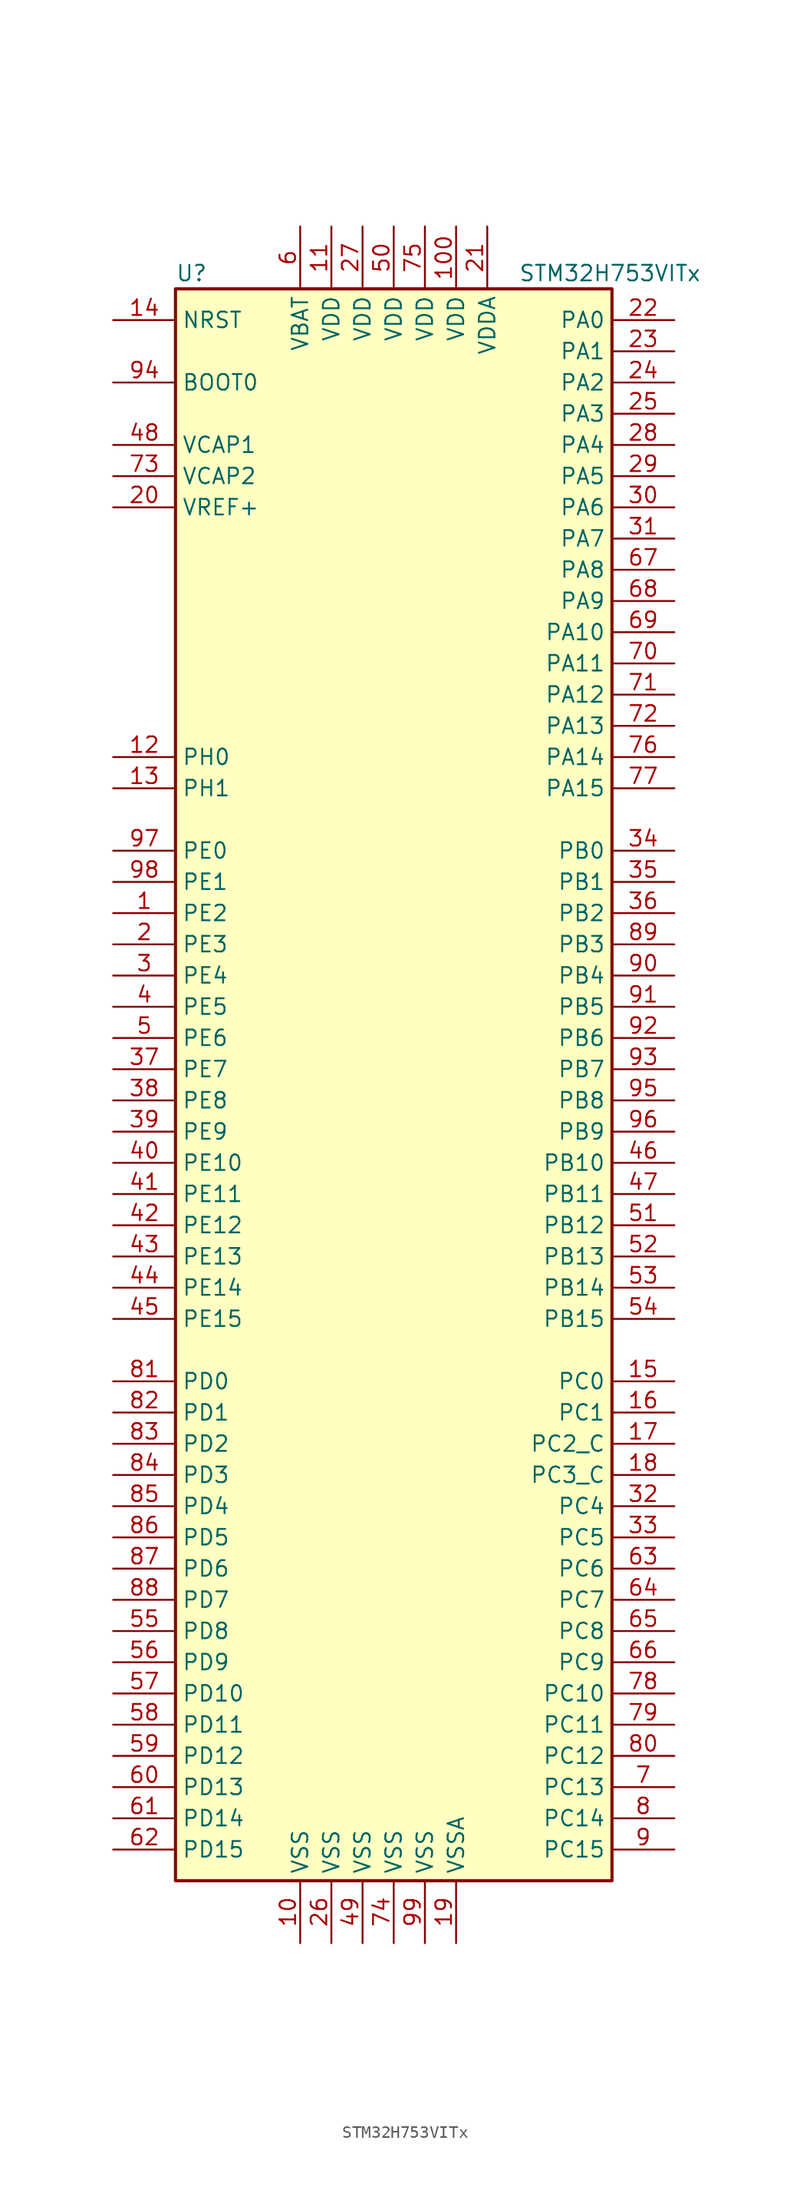
<source format=kicad_sym>
(kicad_symbol_lib
  (version 20201005)
  (generator kicad_symbol_editor)
  (symbol "STM32H753VITx"
    (property "Reference" "U"
      (at -17.78 64.77 0)
      (effects (font (size 1.27 1.27)) (justify left)))
    (property "Value" "STM32H753VITx"
      (at 10.16 64.77 0)
      (effects (font (size 1.27 1.27)) (justify left)))
    (symbol "STM32H753VITx_0_1"
      (rectangle (start -17.78 -66.04) (end 17.78 63.5) (stroke (width 0.254)) (fill (type background))))
    (symbol "STM32H753VITx_1_1"
      (pin input line (at -22.86 55.88 0) (length 5.08) (name "BOOT0" (effects (font (size 1.27 1.27)))) (number "94" (effects (font (size 1.27 1.27)))))
      (pin input line (at -22.86 60.96 0) (length 5.08) (name "NRST" (effects (font (size 1.27 1.27)))) (number "14" (effects (font (size 1.27 1.27)))))
      (pin bidirectional line (at 22.86 60.96 180) (length 5.08) (name "PA0" (effects (font (size 1.27 1.27)))) (number "22" (effects (font (size 1.27 1.27)))))
      (pin bidirectional line (at 22.86 58.42 180) (length 5.08) (name "PA1" (effects (font (size 1.27 1.27)))) (number "23" (effects (font (size 1.27 1.27)))))
      (pin bidirectional line (at 22.86 35.56 180) (length 5.08) (name "PA10" (effects (font (size 1.27 1.27)))) (number "69" (effects (font (size 1.27 1.27)))))
      (pin bidirectional line (at 22.86 33.02 180) (length 5.08) (name "PA11" (effects (font (size 1.27 1.27)))) (number "70" (effects (font (size 1.27 1.27)))))
      (pin bidirectional line (at 22.86 30.48 180) (length 5.08) (name "PA12" (effects (font (size 1.27 1.27)))) (number "71" (effects (font (size 1.27 1.27)))))
      (pin bidirectional line (at 22.86 27.94 180) (length 5.08) (name "PA13" (effects (font (size 1.27 1.27)))) (number "72" (effects (font (size 1.27 1.27)))))
      (pin bidirectional line (at 22.86 25.4 180) (length 5.08) (name "PA14" (effects (font (size 1.27 1.27)))) (number "76" (effects (font (size 1.27 1.27)))))
      (pin bidirectional line (at 22.86 22.86 180) (length 5.08) (name "PA15" (effects (font (size 1.27 1.27)))) (number "77" (effects (font (size 1.27 1.27)))))
      (pin bidirectional line (at 22.86 55.88 180) (length 5.08) (name "PA2" (effects (font (size 1.27 1.27)))) (number "24" (effects (font (size 1.27 1.27)))))
      (pin bidirectional line (at 22.86 53.34 180) (length 5.08) (name "PA3" (effects (font (size 1.27 1.27)))) (number "25" (effects (font (size 1.27 1.27)))))
      (pin bidirectional line (at 22.86 50.8 180) (length 5.08) (name "PA4" (effects (font (size 1.27 1.27)))) (number "28" (effects (font (size 1.27 1.27)))))
      (pin bidirectional line (at 22.86 48.26 180) (length 5.08) (name "PA5" (effects (font (size 1.27 1.27)))) (number "29" (effects (font (size 1.27 1.27)))))
      (pin bidirectional line (at 22.86 45.72 180) (length 5.08) (name "PA6" (effects (font (size 1.27 1.27)))) (number "30" (effects (font (size 1.27 1.27)))))
      (pin bidirectional line (at 22.86 43.18 180) (length 5.08) (name "PA7" (effects (font (size 1.27 1.27)))) (number "31" (effects (font (size 1.27 1.27)))))
      (pin bidirectional line (at 22.86 40.64 180) (length 5.08) (name "PA8" (effects (font (size 1.27 1.27)))) (number "67" (effects (font (size 1.27 1.27)))))
      (pin bidirectional line (at 22.86 38.1 180) (length 5.08) (name "PA9" (effects (font (size 1.27 1.27)))) (number "68" (effects (font (size 1.27 1.27)))))
      (pin bidirectional line (at 22.86 17.78 180) (length 5.08) (name "PB0" (effects (font (size 1.27 1.27)))) (number "34" (effects (font (size 1.27 1.27)))))
      (pin bidirectional line (at 22.86 15.24 180) (length 5.08) (name "PB1" (effects (font (size 1.27 1.27)))) (number "35" (effects (font (size 1.27 1.27)))))
      (pin bidirectional line (at 22.86 -7.62 180) (length 5.08) (name "PB10" (effects (font (size 1.27 1.27)))) (number "46" (effects (font (size 1.27 1.27)))))
      (pin bidirectional line (at 22.86 -10.16 180) (length 5.08) (name "PB11" (effects (font (size 1.27 1.27)))) (number "47" (effects (font (size 1.27 1.27)))))
      (pin bidirectional line (at 22.86 -12.7 180) (length 5.08) (name "PB12" (effects (font (size 1.27 1.27)))) (number "51" (effects (font (size 1.27 1.27)))))
      (pin bidirectional line (at 22.86 -15.24 180) (length 5.08) (name "PB13" (effects (font (size 1.27 1.27)))) (number "52" (effects (font (size 1.27 1.27)))))
      (pin bidirectional line (at 22.86 -17.78 180) (length 5.08) (name "PB14" (effects (font (size 1.27 1.27)))) (number "53" (effects (font (size 1.27 1.27)))))
      (pin bidirectional line (at 22.86 -20.32 180) (length 5.08) (name "PB15" (effects (font (size 1.27 1.27)))) (number "54" (effects (font (size 1.27 1.27)))))
      (pin bidirectional line (at 22.86 12.7 180) (length 5.08) (name "PB2" (effects (font (size 1.27 1.27)))) (number "36" (effects (font (size 1.27 1.27)))))
      (pin bidirectional line (at 22.86 10.16 180) (length 5.08) (name "PB3" (effects (font (size 1.27 1.27)))) (number "89" (effects (font (size 1.27 1.27)))))
      (pin bidirectional line (at 22.86 7.62 180) (length 5.08) (name "PB4" (effects (font (size 1.27 1.27)))) (number "90" (effects (font (size 1.27 1.27)))))
      (pin bidirectional line (at 22.86 5.08 180) (length 5.08) (name "PB5" (effects (font (size 1.27 1.27)))) (number "91" (effects (font (size 1.27 1.27)))))
      (pin bidirectional line (at 22.86 2.54 180) (length 5.08) (name "PB6" (effects (font (size 1.27 1.27)))) (number "92" (effects (font (size 1.27 1.27)))))
      (pin bidirectional line (at 22.86 0 180) (length 5.08) (name "PB7" (effects (font (size 1.27 1.27)))) (number "93" (effects (font (size 1.27 1.27)))))
      (pin bidirectional line (at 22.86 -2.54 180) (length 5.08) (name "PB8" (effects (font (size 1.27 1.27)))) (number "95" (effects (font (size 1.27 1.27)))))
      (pin bidirectional line (at 22.86 -5.08 180) (length 5.08) (name "PB9" (effects (font (size 1.27 1.27)))) (number "96" (effects (font (size 1.27 1.27)))))
      (pin bidirectional line (at 22.86 -25.4 180) (length 5.08) (name "PC0" (effects (font (size 1.27 1.27)))) (number "15" (effects (font (size 1.27 1.27)))))
      (pin bidirectional line (at 22.86 -27.94 180) (length 5.08) (name "PC1" (effects (font (size 1.27 1.27)))) (number "16" (effects (font (size 1.27 1.27)))))
      (pin bidirectional line (at 22.86 -50.8 180) (length 5.08) (name "PC10" (effects (font (size 1.27 1.27)))) (number "78" (effects (font (size 1.27 1.27)))))
      (pin bidirectional line (at 22.86 -53.34 180) (length 5.08) (name "PC11" (effects (font (size 1.27 1.27)))) (number "79" (effects (font (size 1.27 1.27)))))
      (pin bidirectional line (at 22.86 -55.88 180) (length 5.08) (name "PC12" (effects (font (size 1.27 1.27)))) (number "80" (effects (font (size 1.27 1.27)))))
      (pin bidirectional line (at 22.86 -58.42 180) (length 5.08) (name "PC13" (effects (font (size 1.27 1.27)))) (number "7" (effects (font (size 1.27 1.27)))))
      (pin bidirectional line (at 22.86 -60.96 180) (length 5.08) (name "PC14" (effects (font (size 1.27 1.27)))) (number "8" (effects (font (size 1.27 1.27)))))
      (pin bidirectional line (at 22.86 -63.5 180) (length 5.08) (name "PC15" (effects (font (size 1.27 1.27)))) (number "9" (effects (font (size 1.27 1.27)))))
      (pin bidirectional line (at 22.86 -30.48 180) (length 5.08) (name "PC2_C" (effects (font (size 1.27 1.27)))) (number "17" (effects (font (size 1.27 1.27)))))
      (pin bidirectional line (at 22.86 -33.02 180) (length 5.08) (name "PC3_C" (effects (font (size 1.27 1.27)))) (number "18" (effects (font (size 1.27 1.27)))))
      (pin bidirectional line (at 22.86 -35.56 180) (length 5.08) (name "PC4" (effects (font (size 1.27 1.27)))) (number "32" (effects (font (size 1.27 1.27)))))
      (pin bidirectional line (at 22.86 -38.1 180) (length 5.08) (name "PC5" (effects (font (size 1.27 1.27)))) (number "33" (effects (font (size 1.27 1.27)))))
      (pin bidirectional line (at 22.86 -40.64 180) (length 5.08) (name "PC6" (effects (font (size 1.27 1.27)))) (number "63" (effects (font (size 1.27 1.27)))))
      (pin bidirectional line (at 22.86 -43.18 180) (length 5.08) (name "PC7" (effects (font (size 1.27 1.27)))) (number "64" (effects (font (size 1.27 1.27)))))
      (pin bidirectional line (at 22.86 -45.72 180) (length 5.08) (name "PC8" (effects (font (size 1.27 1.27)))) (number "65" (effects (font (size 1.27 1.27)))))
      (pin bidirectional line (at 22.86 -48.26 180) (length 5.08) (name "PC9" (effects (font (size 1.27 1.27)))) (number "66" (effects (font (size 1.27 1.27)))))
      (pin bidirectional line (at -22.86 -25.4 0) (length 5.08) (name "PD0" (effects (font (size 1.27 1.27)))) (number "81" (effects (font (size 1.27 1.27)))))
      (pin bidirectional line (at -22.86 -27.94 0) (length 5.08) (name "PD1" (effects (font (size 1.27 1.27)))) (number "82" (effects (font (size 1.27 1.27)))))
      (pin bidirectional line (at -22.86 -50.8 0) (length 5.08) (name "PD10" (effects (font (size 1.27 1.27)))) (number "57" (effects (font (size 1.27 1.27)))))
      (pin bidirectional line (at -22.86 -53.34 0) (length 5.08) (name "PD11" (effects (font (size 1.27 1.27)))) (number "58" (effects (font (size 1.27 1.27)))))
      (pin bidirectional line (at -22.86 -55.88 0) (length 5.08) (name "PD12" (effects (font (size 1.27 1.27)))) (number "59" (effects (font (size 1.27 1.27)))))
      (pin bidirectional line (at -22.86 -58.42 0) (length 5.08) (name "PD13" (effects (font (size 1.27 1.27)))) (number "60" (effects (font (size 1.27 1.27)))))
      (pin bidirectional line (at -22.86 -60.96 0) (length 5.08) (name "PD14" (effects (font (size 1.27 1.27)))) (number "61" (effects (font (size 1.27 1.27)))))
      (pin bidirectional line (at -22.86 -63.5 0) (length 5.08) (name "PD15" (effects (font (size 1.27 1.27)))) (number "62" (effects (font (size 1.27 1.27)))))
      (pin bidirectional line (at -22.86 -30.48 0) (length 5.08) (name "PD2" (effects (font (size 1.27 1.27)))) (number "83" (effects (font (size 1.27 1.27)))))
      (pin bidirectional line (at -22.86 -33.02 0) (length 5.08) (name "PD3" (effects (font (size 1.27 1.27)))) (number "84" (effects (font (size 1.27 1.27)))))
      (pin bidirectional line (at -22.86 -35.56 0) (length 5.08) (name "PD4" (effects (font (size 1.27 1.27)))) (number "85" (effects (font (size 1.27 1.27)))))
      (pin bidirectional line (at -22.86 -38.1 0) (length 5.08) (name "PD5" (effects (font (size 1.27 1.27)))) (number "86" (effects (font (size 1.27 1.27)))))
      (pin bidirectional line (at -22.86 -40.64 0) (length 5.08) (name "PD6" (effects (font (size 1.27 1.27)))) (number "87" (effects (font (size 1.27 1.27)))))
      (pin bidirectional line (at -22.86 -43.18 0) (length 5.08) (name "PD7" (effects (font (size 1.27 1.27)))) (number "88" (effects (font (size 1.27 1.27)))))
      (pin bidirectional line (at -22.86 -45.72 0) (length 5.08) (name "PD8" (effects (font (size 1.27 1.27)))) (number "55" (effects (font (size 1.27 1.27)))))
      (pin bidirectional line (at -22.86 -48.26 0) (length 5.08) (name "PD9" (effects (font (size 1.27 1.27)))) (number "56" (effects (font (size 1.27 1.27)))))
      (pin bidirectional line (at -22.86 17.78 0) (length 5.08) (name "PE0" (effects (font (size 1.27 1.27)))) (number "97" (effects (font (size 1.27 1.27)))))
      (pin bidirectional line (at -22.86 15.24 0) (length 5.08) (name "PE1" (effects (font (size 1.27 1.27)))) (number "98" (effects (font (size 1.27 1.27)))))
      (pin bidirectional line (at -22.86 -7.62 0) (length 5.08) (name "PE10" (effects (font (size 1.27 1.27)))) (number "40" (effects (font (size 1.27 1.27)))))
      (pin bidirectional line (at -22.86 -10.16 0) (length 5.08) (name "PE11" (effects (font (size 1.27 1.27)))) (number "41" (effects (font (size 1.27 1.27)))))
      (pin bidirectional line (at -22.86 -12.7 0) (length 5.08) (name "PE12" (effects (font (size 1.27 1.27)))) (number "42" (effects (font (size 1.27 1.27)))))
      (pin bidirectional line (at -22.86 -15.24 0) (length 5.08) (name "PE13" (effects (font (size 1.27 1.27)))) (number "43" (effects (font (size 1.27 1.27)))))
      (pin bidirectional line (at -22.86 -17.78 0) (length 5.08) (name "PE14" (effects (font (size 1.27 1.27)))) (number "44" (effects (font (size 1.27 1.27)))))
      (pin bidirectional line (at -22.86 -20.32 0) (length 5.08) (name "PE15" (effects (font (size 1.27 1.27)))) (number "45" (effects (font (size 1.27 1.27)))))
      (pin bidirectional line (at -22.86 12.7 0) (length 5.08) (name "PE2" (effects (font (size 1.27 1.27)))) (number "1" (effects (font (size 1.27 1.27)))))
      (pin bidirectional line (at -22.86 10.16 0) (length 5.08) (name "PE3" (effects (font (size 1.27 1.27)))) (number "2" (effects (font (size 1.27 1.27)))))
      (pin bidirectional line (at -22.86 7.62 0) (length 5.08) (name "PE4" (effects (font (size 1.27 1.27)))) (number "3" (effects (font (size 1.27 1.27)))))
      (pin bidirectional line (at -22.86 5.08 0) (length 5.08) (name "PE5" (effects (font (size 1.27 1.27)))) (number "4" (effects (font (size 1.27 1.27)))))
      (pin bidirectional line (at -22.86 2.54 0) (length 5.08) (name "PE6" (effects (font (size 1.27 1.27)))) (number "5" (effects (font (size 1.27 1.27)))))
      (pin bidirectional line (at -22.86 0 0) (length 5.08) (name "PE7" (effects (font (size 1.27 1.27)))) (number "37" (effects (font (size 1.27 1.27)))))
      (pin bidirectional line (at -22.86 -2.54 0) (length 5.08) (name "PE8" (effects (font (size 1.27 1.27)))) (number "38" (effects (font (size 1.27 1.27)))))
      (pin bidirectional line (at -22.86 -5.08 0) (length 5.08) (name "PE9" (effects (font (size 1.27 1.27)))) (number "39" (effects (font (size 1.27 1.27)))))
      (pin input line (at -22.86 25.4 0) (length 5.08) (name "PH0" (effects (font (size 1.27 1.27)))) (number "12" (effects (font (size 1.27 1.27)))))
      (pin input line (at -22.86 22.86 0) (length 5.08) (name "PH1" (effects (font (size 1.27 1.27)))) (number "13" (effects (font (size 1.27 1.27)))))
      (pin power_in line (at -7.62 68.58 270) (length 5.08) (name "VBAT" (effects (font (size 1.27 1.27)))) (number "6" (effects (font (size 1.27 1.27)))))
      (pin power_in line (at -22.86 50.8 0) (length 5.08) (name "VCAP1" (effects (font (size 1.27 1.27)))) (number "48" (effects (font (size 1.27 1.27)))))
      (pin power_in line (at -22.86 48.26 0) (length 5.08) (name "VCAP2" (effects (font (size 1.27 1.27)))) (number "73" (effects (font (size 1.27 1.27)))))
      (pin power_in line (at 5.08 68.58 270) (length 5.08) (name "VDD" (effects (font (size 1.27 1.27)))) (number "100" (effects (font (size 1.27 1.27)))))
      (pin power_in line (at -5.08 68.58 270) (length 5.08) (name "VDD" (effects (font (size 1.27 1.27)))) (number "11" (effects (font (size 1.27 1.27)))))
      (pin power_in line (at -2.54 68.58 270) (length 5.08) (name "VDD" (effects (font (size 1.27 1.27)))) (number "27" (effects (font (size 1.27 1.27)))))
      (pin power_in line (at 0 68.58 270) (length 5.08) (name "VDD" (effects (font (size 1.27 1.27)))) (number "50" (effects (font (size 1.27 1.27)))))
      (pin power_in line (at 2.54 68.58 270) (length 5.08) (name "VDD" (effects (font (size 1.27 1.27)))) (number "75" (effects (font (size 1.27 1.27)))))
      (pin power_in line (at 7.62 68.58 270) (length 5.08) (name "VDDA" (effects (font (size 1.27 1.27)))) (number "21" (effects (font (size 1.27 1.27)))))
      (pin bidirectional line (at -22.86 45.72 0) (length 5.08) (name "VREF+" (effects (font (size 1.27 1.27)))) (number "20" (effects (font (size 1.27 1.27)))))
      (pin power_in line (at -7.62 -71.12 90) (length 5.08) (name "VSS" (effects (font (size 1.27 1.27)))) (number "10" (effects (font (size 1.27 1.27)))))
      (pin power_in line (at -5.08 -71.12 90) (length 5.08) (name "VSS" (effects (font (size 1.27 1.27)))) (number "26" (effects (font (size 1.27 1.27)))))
      (pin power_in line (at -2.54 -71.12 90) (length 5.08) (name "VSS" (effects (font (size 1.27 1.27)))) (number "49" (effects (font (size 1.27 1.27)))))
      (pin power_in line (at 0 -71.12 90) (length 5.08) (name "VSS" (effects (font (size 1.27 1.27)))) (number "74" (effects (font (size 1.27 1.27)))))
      (pin power_in line (at 2.54 -71.12 90) (length 5.08) (name "VSS" (effects (font (size 1.27 1.27)))) (number "99" (effects (font (size 1.27 1.27)))))
      (pin power_in line (at 5.08 -71.12 90) (length 5.08) (name "VSSA" (effects (font (size 1.27 1.27)))) (number "19" (effects (font (size 1.27 1.27))))))))
</source>
